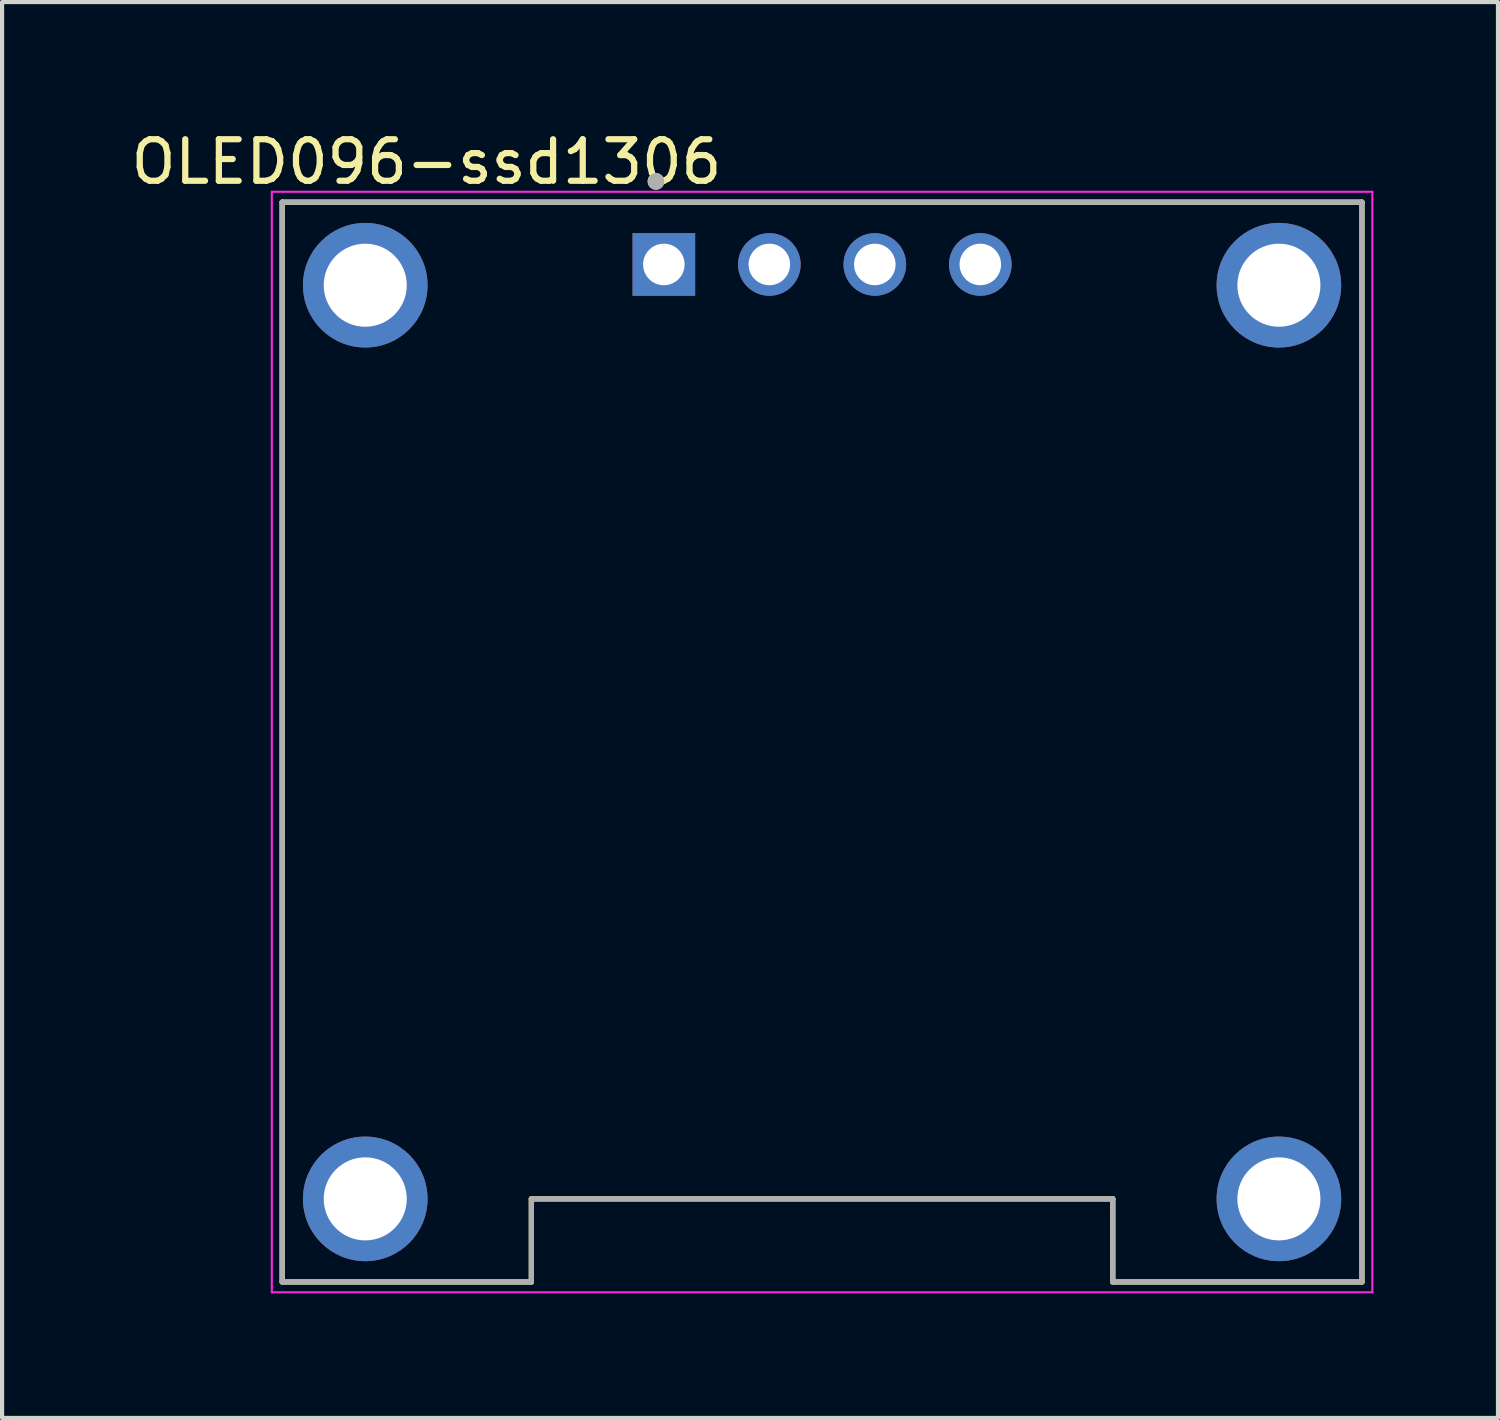
<source format=kicad_pcb>
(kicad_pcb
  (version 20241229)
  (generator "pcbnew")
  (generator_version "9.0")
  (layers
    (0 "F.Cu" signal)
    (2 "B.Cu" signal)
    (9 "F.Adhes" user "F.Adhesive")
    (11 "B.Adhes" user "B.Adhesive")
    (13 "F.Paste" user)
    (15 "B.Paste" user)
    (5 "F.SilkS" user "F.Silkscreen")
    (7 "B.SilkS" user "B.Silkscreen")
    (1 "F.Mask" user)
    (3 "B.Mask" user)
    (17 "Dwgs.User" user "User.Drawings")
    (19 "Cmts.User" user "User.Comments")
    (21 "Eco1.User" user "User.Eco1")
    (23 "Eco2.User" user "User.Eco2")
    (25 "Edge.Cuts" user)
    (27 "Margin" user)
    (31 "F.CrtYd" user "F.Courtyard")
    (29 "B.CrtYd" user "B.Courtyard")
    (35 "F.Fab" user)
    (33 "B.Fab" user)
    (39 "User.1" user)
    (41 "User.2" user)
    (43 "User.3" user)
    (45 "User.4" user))
  (footprint "OLED096-ssd1306"
    (layer "F.Cu")
    (at 16.745 14.818)
    (property "Reference" "OLED096-ssd1306" (at -9.525 -13.97 0) (layer "F.SilkS") (effects (font (size 1 1) (thickness 0.15))))
    (attr through_hole)
    (fp_line (start -13 -13) (end 13 -13) (stroke (width 0.127) (type solid)) (layer "F.SilkS"))
    (fp_line (start -13 13) (end -13 -13) (stroke (width 0.127) (type solid)) (layer "F.SilkS"))
    (fp_line (start -7 11) (end -7 13) (stroke (width 0.127) (type solid)) (layer "F.SilkS"))
    (fp_line (start -7 13) (end -13 13) (stroke (width 0.127) (type solid)) (layer "F.SilkS"))
    (fp_line (start 7 11) (end -7 11) (stroke (width 0.127) (type solid)) (layer "F.SilkS"))
    (fp_line (start 7 13) (end 7 11) (stroke (width 0.127) (type solid)) (layer "F.SilkS"))
    (fp_line (start 13 -13) (end 13 13) (stroke (width 0.127) (type solid)) (layer "F.SilkS"))
    (fp_line (start 13 13) (end 7 13) (stroke (width 0.127) (type solid)) (layer "F.SilkS"))
    (fp_circle (center -4 -13.5) (end -3.9 -13.5) (stroke (width 0.2) (type solid)) (fill no) (layer "F.SilkS"))
    (fp_line (start -13.25 -13.25) (end 13.25 -13.25) (stroke (width 0.05) (type solid)) (layer "F.CrtYd"))
    (fp_line (start -13.25 13.25) (end -13.25 -13.25) (stroke (width 0.05) (type solid)) (layer "F.CrtYd"))
    (fp_line (start 13.25 -13.25) (end 13.25 13.25) (stroke (width 0.05) (type solid)) (layer "F.CrtYd"))
    (fp_line (start 13.25 13.25) (end -13.25 13.25) (stroke (width 0.05) (type solid)) (layer "F.CrtYd"))
    (fp_line (start -13 -13) (end 13 -13) (stroke (width 0.127) (type solid)) (layer "F.Fab"))
    (fp_line (start -13 13) (end -13 -13) (stroke (width 0.127) (type solid)) (layer "F.Fab"))
    (fp_line (start -7 11) (end 7 11) (stroke (width 0.127) (type solid)) (layer "F.Fab"))
    (fp_line (start -7 13) (end -13 13) (stroke (width 0.127) (type solid)) (layer "F.Fab"))
    (fp_line (start -7 13) (end -7 11) (stroke (width 0.127) (type solid)) (layer "F.Fab"))
    (fp_line (start 7 11) (end 7 13) (stroke (width 0.127) (type solid)) (layer "F.Fab"))
    (fp_line (start 13 -13) (end 13 13) (stroke (width 0.127) (type solid)) (layer "F.Fab"))
    (fp_line (start 13 13) (end 7 13) (stroke (width 0.127) (type solid)) (layer "F.Fab"))
    (fp_circle (center -4 -13.5) (end -3.9 -13.5) (stroke (width 0.2) (type solid)) (fill no) (layer "F.Fab"))
    (pad "1" thru_hole rect (at -3.81 -11.5) (size 1.508 1.508) (drill 1) (layers "*.Cu" "*.Mask"))
    (pad "2" thru_hole circle (at -1.27 -11.5) (size 1.508 1.508) (drill 1) (layers "*.Cu" "*.Mask"))
    (pad "3" thru_hole circle (at 1.27 -11.5) (size 1.508 1.508) (drill 1) (layers "*.Cu" "*.Mask"))
    (pad "4" thru_hole circle (at 3.81 -11.5) (size 1.508 1.508) (drill 1) (layers "*.Cu" "*.Mask"))
    (pad "S1" thru_hole circle (at -11 -11) (size 3 3) (drill 2) (layers "*.Cu" "*.Mask"))
    (pad "S2" thru_hole circle (at 11 -11) (size 3 3) (drill 2) (layers "*.Cu" "*.Mask"))
    (pad "S3" thru_hole circle (at 11 11) (size 3 3) (drill 2) (layers "*.Cu" "*.Mask"))
    (pad "S4" thru_hole circle (at -11 11) (size 3 3) (drill 2) (layers "*.Cu" "*.Mask")))
  (gr_rect
    (start -3 -3)
    (end 33.02 31.093)
    (stroke (width 0.1) (type default))
    (fill no)
    (layer "Edge.Cuts")))
</source>
